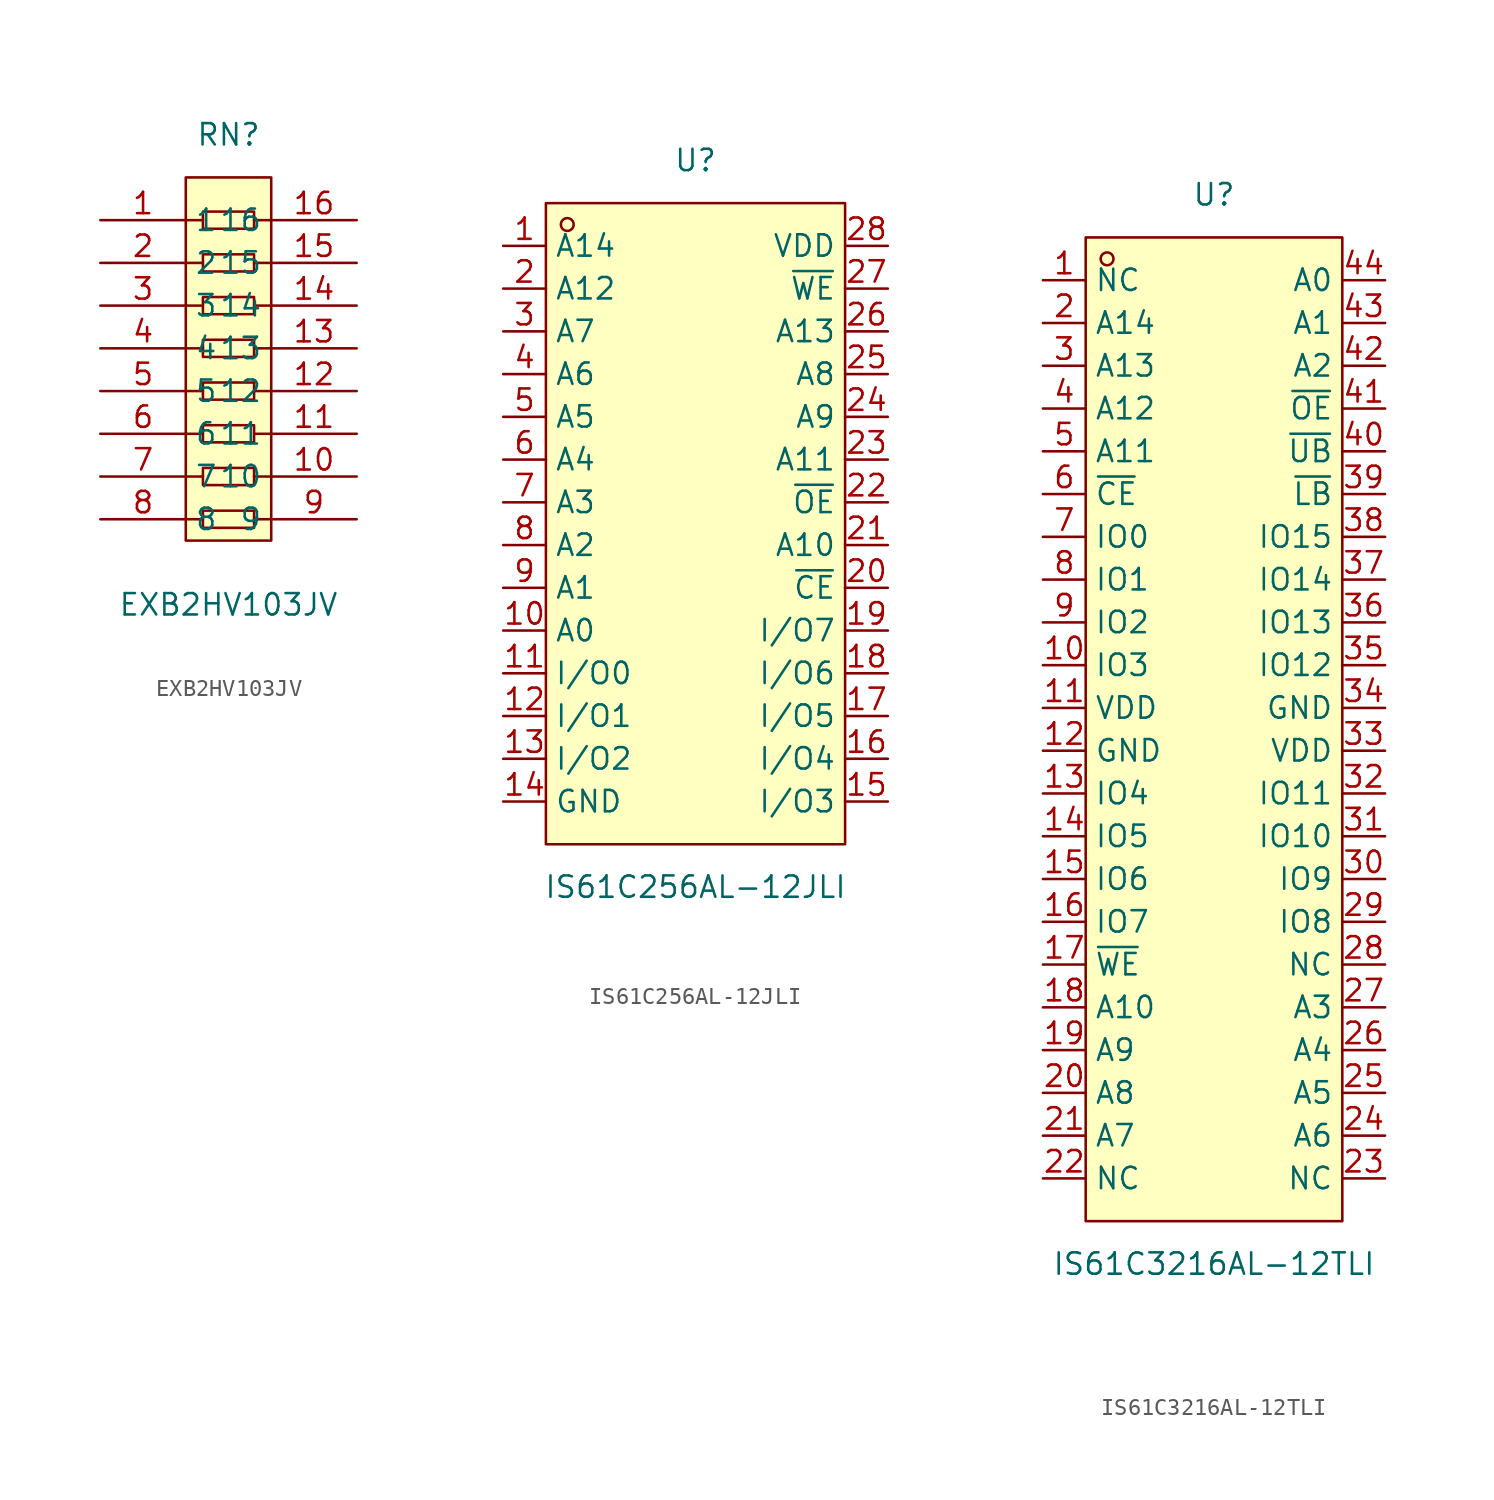
<source format=kicad_sym>
(kicad_symbol_lib
  (version 20231120)
  (generator "kicad_symbol_editor")
  (generator_version "8.0")
  (symbol "EXB2HV103JV"
    (property "Reference" "RN"
      (at 0 13.97 0)
      (effects (font (size 1.27 1.27))))
    (property "Value" "EXB2HV103JV"
      (at 0 -13.97 0)
      (effects (font (size 1.27 1.27))))
    (symbol "EXB2HV103JV_0_1"
      (rectangle (start -2.54 11.43) (end 2.54 -10.16) (stroke (width 0) (type default)) (fill (type background)))
      (rectangle (start -1.52 -8.38) (end 1.52 -9.4) (stroke (width 0) (type default)) (fill (type background)))
      (rectangle (start -1.52 -5.84) (end 1.52 -6.86) (stroke (width 0) (type default)) (fill (type background)))
      (rectangle (start -1.52 -3.3) (end 1.52 -4.32) (stroke (width 0) (type default)) (fill (type background)))
      (rectangle (start -1.52 -0.76) (end 1.52 -1.78) (stroke (width 0) (type default)) (fill (type background)))
      (rectangle (start -1.52 1.78) (end 1.52 0.76) (stroke (width 0) (type default)) (fill (type background)))
      (rectangle (start -1.52 4.32) (end 1.52 3.3) (stroke (width 0) (type default)) (fill (type background)))
      (rectangle (start -1.52 6.86) (end 1.52 5.84) (stroke (width 0) (type default)) (fill (type background)))
      (rectangle (start -1.52 9.4) (end 1.52 8.38) (stroke (width 0) (type default)) (fill (type background)))
      (polyline (pts (xy -2.54 -8.89) (xy -1.52 -8.89)) (stroke (width 0) (type default)) (fill (type none)))
      (polyline (pts (xy -2.54 -6.35) (xy -1.52 -6.35)) (stroke (width 0) (type default)) (fill (type none)))
      (polyline (pts (xy -2.54 -3.81) (xy -1.52 -3.81)) (stroke (width 0) (type default)) (fill (type none)))
      (polyline (pts (xy -2.54 -1.27) (xy -1.52 -1.27)) (stroke (width 0) (type default)) (fill (type none)))
      (polyline (pts (xy -2.54 1.27) (xy -1.52 1.27)) (stroke (width 0) (type default)) (fill (type none)))
      (polyline (pts (xy -2.54 3.81) (xy -1.52 3.81)) (stroke (width 0) (type default)) (fill (type none)))
      (polyline (pts (xy -2.54 6.35) (xy -1.52 6.35)) (stroke (width 0) (type default)) (fill (type none)))
      (polyline (pts (xy -1.52 8.89) (xy -2.54 8.89)) (stroke (width 0) (type default)) (fill (type none)))
      (polyline (pts (xy 1.52 -8.89) (xy 2.54 -8.89)) (stroke (width 0) (type default)) (fill (type none)))
      (polyline (pts (xy 1.52 -6.35) (xy 2.54 -6.35)) (stroke (width 0) (type default)) (fill (type none)))
      (polyline (pts (xy 1.52 -3.81) (xy 2.54 -3.81)) (stroke (width 0) (type default)) (fill (type none)))
      (polyline (pts (xy 1.52 -1.27) (xy 2.54 -1.27)) (stroke (width 0) (type default)) (fill (type none)))
      (polyline (pts (xy 1.52 1.27) (xy 2.54 1.27)) (stroke (width 0) (type default)) (fill (type none)))
      (polyline (pts (xy 1.52 3.81) (xy 2.54 3.81)) (stroke (width 0) (type default)) (fill (type none)))
      (polyline (pts (xy 1.52 6.35) (xy 2.54 6.35)) (stroke (width 0) (type default)) (fill (type none)))
      (polyline (pts (xy 1.52 8.89) (xy 2.54 8.89)) (stroke (width 0) (type default)) (fill (type none)))
      (pin unspecified line (at 7.62 -6.35 180) (length 5.08) (name "10" (effects (font (size 1.27 1.27)))) (number "10" (effects (font (size 1.27 1.27)))))
      (pin unspecified line (at 7.62 -3.81 180) (length 5.08) (name "11" (effects (font (size 1.27 1.27)))) (number "11" (effects (font (size 1.27 1.27)))))
      (pin unspecified line (at 7.62 -1.27 180) (length 5.08) (name "12" (effects (font (size 1.27 1.27)))) (number "12" (effects (font (size 1.27 1.27)))))
      (pin unspecified line (at 7.62 1.27 180) (length 5.08) (name "13" (effects (font (size 1.27 1.27)))) (number "13" (effects (font (size 1.27 1.27)))))
      (pin unspecified line (at 7.62 3.81 180) (length 5.08) (name "14" (effects (font (size 1.27 1.27)))) (number "14" (effects (font (size 1.27 1.27)))))
      (pin unspecified line (at 7.62 6.35 180) (length 5.08) (name "15" (effects (font (size 1.27 1.27)))) (number "15" (effects (font (size 1.27 1.27)))))
      (pin unspecified line (at 7.62 8.89 180) (length 5.08) (name "16" (effects (font (size 1.27 1.27)))) (number "16" (effects (font (size 1.27 1.27)))))
      (pin unspecified line (at -7.62 6.35 0) (length 5.08) (name "2" (effects (font (size 1.27 1.27)))) (number "2" (effects (font (size 1.27 1.27)))))
      (pin unspecified line (at -7.62 3.81 0) (length 5.08) (name "3" (effects (font (size 1.27 1.27)))) (number "3" (effects (font (size 1.27 1.27)))))
      (pin unspecified line (at -7.62 1.27 0) (length 5.08) (name "4" (effects (font (size 1.27 1.27)))) (number "4" (effects (font (size 1.27 1.27)))))
      (pin unspecified line (at -7.62 -1.27 0) (length 5.08) (name "5" (effects (font (size 1.27 1.27)))) (number "5" (effects (font (size 1.27 1.27)))))
      (pin unspecified line (at -7.62 -3.81 0) (length 5.08) (name "6" (effects (font (size 1.27 1.27)))) (number "6" (effects (font (size 1.27 1.27)))))
      (pin unspecified line (at -7.62 -6.35 0) (length 5.08) (name "7" (effects (font (size 1.27 1.27)))) (number "7" (effects (font (size 1.27 1.27)))))
      (pin unspecified line (at -7.62 -8.89 0) (length 5.08) (name "8" (effects (font (size 1.27 1.27)))) (number "8" (effects (font (size 1.27 1.27)))))
      (pin unspecified line (at 7.62 -8.89 180) (length 5.08) (name "9" (effects (font (size 1.27 1.27)))) (number "9" (effects (font (size 1.27 1.27))))))
    (symbol "EXB2HV103JV_1_1"
      (pin passive line (at -7.62 8.89 0) (length 5.08) (name "1" (effects (font (size 1.27 1.27)))) (number "1" (effects (font (size 1.27 1.27)))))))
  (symbol "IS61C256AL-12JLI"
    (property "Reference" "U"
      (at 0 21.59 0)
      (effects (font (size 1.27 1.27))))
    (property "Value" "IS61C256AL-12JLI"
      (at 0 -21.59 0)
      (effects (font (size 1.27 1.27))))
    (symbol "IS61C256AL-12JLI_0_1"
      (rectangle (start -8.89 19.05) (end 8.89 -19.05) (stroke (width 0) (type default)) (fill (type background)))
      (circle (center -7.62 17.78) (radius 0.38) (stroke (width 0) (type default)) (fill (type none)))
      (pin unspecified line (at -11.43 16.51 0) (length 2.54) (name "A14" (effects (font (size 1.27 1.27)))) (number "1" (effects (font (size 1.27 1.27)))))
      (pin unspecified line (at -11.43 -6.35 0) (length 2.54) (name "A0" (effects (font (size 1.27 1.27)))) (number "10" (effects (font (size 1.27 1.27)))))
      (pin unspecified line (at -11.43 -8.89 0) (length 2.54) (name "I/O0" (effects (font (size 1.27 1.27)))) (number "11" (effects (font (size 1.27 1.27)))))
      (pin unspecified line (at -11.43 -11.43 0) (length 2.54) (name "I/O1" (effects (font (size 1.27 1.27)))) (number "12" (effects (font (size 1.27 1.27)))))
      (pin unspecified line (at -11.43 -13.97 0) (length 2.54) (name "I/O2" (effects (font (size 1.27 1.27)))) (number "13" (effects (font (size 1.27 1.27)))))
      (pin unspecified line (at -11.43 -16.51 0) (length 2.54) (name "GND" (effects (font (size 1.27 1.27)))) (number "14" (effects (font (size 1.27 1.27)))))
      (pin unspecified line (at 11.43 -16.51 180) (length 2.54) (name "I/O3" (effects (font (size 1.27 1.27)))) (number "15" (effects (font (size 1.27 1.27)))))
      (pin unspecified line (at 11.43 -13.97 180) (length 2.54) (name "I/O4" (effects (font (size 1.27 1.27)))) (number "16" (effects (font (size 1.27 1.27)))))
      (pin unspecified line (at 11.43 -11.43 180) (length 2.54) (name "I/O5" (effects (font (size 1.27 1.27)))) (number "17" (effects (font (size 1.27 1.27)))))
      (pin unspecified line (at 11.43 -8.89 180) (length 2.54) (name "I/O6" (effects (font (size 1.27 1.27)))) (number "18" (effects (font (size 1.27 1.27)))))
      (pin unspecified line (at 11.43 -6.35 180) (length 2.54) (name "I/O7" (effects (font (size 1.27 1.27)))) (number "19" (effects (font (size 1.27 1.27)))))
      (pin unspecified line (at -11.43 13.97 0) (length 2.54) (name "A12" (effects (font (size 1.27 1.27)))) (number "2" (effects (font (size 1.27 1.27)))))
      (pin unspecified line (at 11.43 -3.81 180) (length 2.54) (name "~{CE}" (effects (font (size 1.27 1.27)))) (number "20" (effects (font (size 1.27 1.27)))))
      (pin unspecified line (at 11.43 -1.27 180) (length 2.54) (name "A10" (effects (font (size 1.27 1.27)))) (number "21" (effects (font (size 1.27 1.27)))))
      (pin unspecified line (at 11.43 1.27 180) (length 2.54) (name "~{OE}" (effects (font (size 1.27 1.27)))) (number "22" (effects (font (size 1.27 1.27)))))
      (pin unspecified line (at 11.43 3.81 180) (length 2.54) (name "A11" (effects (font (size 1.27 1.27)))) (number "23" (effects (font (size 1.27 1.27)))))
      (pin unspecified line (at 11.43 6.35 180) (length 2.54) (name "A9" (effects (font (size 1.27 1.27)))) (number "24" (effects (font (size 1.27 1.27)))))
      (pin unspecified line (at 11.43 8.89 180) (length 2.54) (name "A8" (effects (font (size 1.27 1.27)))) (number "25" (effects (font (size 1.27 1.27)))))
      (pin unspecified line (at 11.43 11.43 180) (length 2.54) (name "A13" (effects (font (size 1.27 1.27)))) (number "26" (effects (font (size 1.27 1.27)))))
      (pin unspecified line (at 11.43 13.97 180) (length 2.54) (name "~{WE}" (effects (font (size 1.27 1.27)))) (number "27" (effects (font (size 1.27 1.27)))))
      (pin unspecified line (at 11.43 16.51 180) (length 2.54) (name "VDD" (effects (font (size 1.27 1.27)))) (number "28" (effects (font (size 1.27 1.27)))))
      (pin unspecified line (at -11.43 11.43 0) (length 2.54) (name "A7" (effects (font (size 1.27 1.27)))) (number "3" (effects (font (size 1.27 1.27)))))
      (pin unspecified line (at -11.43 8.89 0) (length 2.54) (name "A6" (effects (font (size 1.27 1.27)))) (number "4" (effects (font (size 1.27 1.27)))))
      (pin unspecified line (at -11.43 6.35 0) (length 2.54) (name "A5" (effects (font (size 1.27 1.27)))) (number "5" (effects (font (size 1.27 1.27)))))
      (pin unspecified line (at -11.43 3.81 0) (length 2.54) (name "A4" (effects (font (size 1.27 1.27)))) (number "6" (effects (font (size 1.27 1.27)))))
      (pin unspecified line (at -11.43 1.27 0) (length 2.54) (name "A3" (effects (font (size 1.27 1.27)))) (number "7" (effects (font (size 1.27 1.27)))))
      (pin unspecified line (at -11.43 -1.27 0) (length 2.54) (name "A2" (effects (font (size 1.27 1.27)))) (number "8" (effects (font (size 1.27 1.27)))))
      (pin unspecified line (at -11.43 -3.81 0) (length 2.54) (name "A1" (effects (font (size 1.27 1.27)))) (number "9" (effects (font (size 1.27 1.27)))))))
  (symbol "IS61C3216AL-12TLI"
    (property "Reference" "U"
      (at 0 31.75 0)
      (effects (font (size 1.27 1.27))))
    (property "Value" "IS61C3216AL-12TLI"
      (at 0 -31.75 0)
      (effects (font (size 1.27 1.27))))
    (symbol "IS61C3216AL-12TLI_0_1"
      (rectangle (start -7.62 29.21) (end 7.62 -29.21) (stroke (width 0) (type default)) (fill (type background)))
      (circle (center -6.35 27.94) (radius 0.38) (stroke (width 0) (type default)) (fill (type none)))
      (pin unspecified line (at -10.16 26.67 0) (length 2.54) (name "NC" (effects (font (size 1.27 1.27)))) (number "1" (effects (font (size 1.27 1.27)))))
      (pin unspecified line (at -10.16 3.81 0) (length 2.54) (name "IO3" (effects (font (size 1.27 1.27)))) (number "10" (effects (font (size 1.27 1.27)))))
      (pin unspecified line (at -10.16 1.27 0) (length 2.54) (name "VDD" (effects (font (size 1.27 1.27)))) (number "11" (effects (font (size 1.27 1.27)))))
      (pin unspecified line (at -10.16 -1.27 0) (length 2.54) (name "GND" (effects (font (size 1.27 1.27)))) (number "12" (effects (font (size 1.27 1.27)))))
      (pin unspecified line (at -10.16 -3.81 0) (length 2.54) (name "IO4" (effects (font (size 1.27 1.27)))) (number "13" (effects (font (size 1.27 1.27)))))
      (pin unspecified line (at -10.16 -6.35 0) (length 2.54) (name "IO5" (effects (font (size 1.27 1.27)))) (number "14" (effects (font (size 1.27 1.27)))))
      (pin unspecified line (at -10.16 -8.89 0) (length 2.54) (name "IO6" (effects (font (size 1.27 1.27)))) (number "15" (effects (font (size 1.27 1.27)))))
      (pin unspecified line (at -10.16 -11.43 0) (length 2.54) (name "IO7" (effects (font (size 1.27 1.27)))) (number "16" (effects (font (size 1.27 1.27)))))
      (pin unspecified line (at -10.16 -13.97 0) (length 2.54) (name "~{WE}" (effects (font (size 1.27 1.27)))) (number "17" (effects (font (size 1.27 1.27)))))
      (pin unspecified line (at -10.16 -16.51 0) (length 2.54) (name "A10" (effects (font (size 1.27 1.27)))) (number "18" (effects (font (size 1.27 1.27)))))
      (pin unspecified line (at -10.16 -19.05 0) (length 2.54) (name "A9" (effects (font (size 1.27 1.27)))) (number "19" (effects (font (size 1.27 1.27)))))
      (pin unspecified line (at -10.16 24.13 0) (length 2.54) (name "A14" (effects (font (size 1.27 1.27)))) (number "2" (effects (font (size 1.27 1.27)))))
      (pin unspecified line (at -10.16 -21.59 0) (length 2.54) (name "A8" (effects (font (size 1.27 1.27)))) (number "20" (effects (font (size 1.27 1.27)))))
      (pin unspecified line (at -10.16 -24.13 0) (length 2.54) (name "A7" (effects (font (size 1.27 1.27)))) (number "21" (effects (font (size 1.27 1.27)))))
      (pin unspecified line (at -10.16 -26.67 0) (length 2.54) (name "NC" (effects (font (size 1.27 1.27)))) (number "22" (effects (font (size 1.27 1.27)))))
      (pin unspecified line (at 10.16 -26.67 180) (length 2.54) (name "NC" (effects (font (size 1.27 1.27)))) (number "23" (effects (font (size 1.27 1.27)))))
      (pin unspecified line (at 10.16 -24.13 180) (length 2.54) (name "A6" (effects (font (size 1.27 1.27)))) (number "24" (effects (font (size 1.27 1.27)))))
      (pin unspecified line (at 10.16 -21.59 180) (length 2.54) (name "A5" (effects (font (size 1.27 1.27)))) (number "25" (effects (font (size 1.27 1.27)))))
      (pin unspecified line (at 10.16 -19.05 180) (length 2.54) (name "A4" (effects (font (size 1.27 1.27)))) (number "26" (effects (font (size 1.27 1.27)))))
      (pin unspecified line (at 10.16 -16.51 180) (length 2.54) (name "A3" (effects (font (size 1.27 1.27)))) (number "27" (effects (font (size 1.27 1.27)))))
      (pin unspecified line (at 10.16 -13.97 180) (length 2.54) (name "NC" (effects (font (size 1.27 1.27)))) (number "28" (effects (font (size 1.27 1.27)))))
      (pin unspecified line (at 10.16 -11.43 180) (length 2.54) (name "IO8" (effects (font (size 1.27 1.27)))) (number "29" (effects (font (size 1.27 1.27)))))
      (pin unspecified line (at -10.16 21.59 0) (length 2.54) (name "A13" (effects (font (size 1.27 1.27)))) (number "3" (effects (font (size 1.27 1.27)))))
      (pin unspecified line (at 10.16 -8.89 180) (length 2.54) (name "IO9" (effects (font (size 1.27 1.27)))) (number "30" (effects (font (size 1.27 1.27)))))
      (pin unspecified line (at 10.16 -6.35 180) (length 2.54) (name "IO10" (effects (font (size 1.27 1.27)))) (number "31" (effects (font (size 1.27 1.27)))))
      (pin unspecified line (at 10.16 -3.81 180) (length 2.54) (name "IO11" (effects (font (size 1.27 1.27)))) (number "32" (effects (font (size 1.27 1.27)))))
      (pin unspecified line (at 10.16 -1.27 180) (length 2.54) (name "VDD" (effects (font (size 1.27 1.27)))) (number "33" (effects (font (size 1.27 1.27)))))
      (pin unspecified line (at 10.16 1.27 180) (length 2.54) (name "GND" (effects (font (size 1.27 1.27)))) (number "34" (effects (font (size 1.27 1.27)))))
      (pin unspecified line (at 10.16 3.81 180) (length 2.54) (name "IO12" (effects (font (size 1.27 1.27)))) (number "35" (effects (font (size 1.27 1.27)))))
      (pin unspecified line (at 10.16 6.35 180) (length 2.54) (name "IO13" (effects (font (size 1.27 1.27)))) (number "36" (effects (font (size 1.27 1.27)))))
      (pin unspecified line (at 10.16 8.89 180) (length 2.54) (name "IO14" (effects (font (size 1.27 1.27)))) (number "37" (effects (font (size 1.27 1.27)))))
      (pin unspecified line (at 10.16 11.43 180) (length 2.54) (name "IO15" (effects (font (size 1.27 1.27)))) (number "38" (effects (font (size 1.27 1.27)))))
      (pin unspecified line (at 10.16 13.97 180) (length 2.54) (name "~{LB}" (effects (font (size 1.27 1.27)))) (number "39" (effects (font (size 1.27 1.27)))))
      (pin unspecified line (at -10.16 19.05 0) (length 2.54) (name "A12" (effects (font (size 1.27 1.27)))) (number "4" (effects (font (size 1.27 1.27)))))
      (pin unspecified line (at 10.16 16.51 180) (length 2.54) (name "~{UB}" (effects (font (size 1.27 1.27)))) (number "40" (effects (font (size 1.27 1.27)))))
      (pin unspecified line (at 10.16 19.05 180) (length 2.54) (name "~{OE}" (effects (font (size 1.27 1.27)))) (number "41" (effects (font (size 1.27 1.27)))))
      (pin unspecified line (at 10.16 21.59 180) (length 2.54) (name "A2" (effects (font (size 1.27 1.27)))) (number "42" (effects (font (size 1.27 1.27)))))
      (pin unspecified line (at 10.16 24.13 180) (length 2.54) (name "A1" (effects (font (size 1.27 1.27)))) (number "43" (effects (font (size 1.27 1.27)))))
      (pin unspecified line (at 10.16 26.67 180) (length 2.54) (name "A0" (effects (font (size 1.27 1.27)))) (number "44" (effects (font (size 1.27 1.27)))))
      (pin unspecified line (at -10.16 16.51 0) (length 2.54) (name "A11" (effects (font (size 1.27 1.27)))) (number "5" (effects (font (size 1.27 1.27)))))
      (pin unspecified line (at -10.16 13.97 0) (length 2.54) (name "~{CE}" (effects (font (size 1.27 1.27)))) (number "6" (effects (font (size 1.27 1.27)))))
      (pin unspecified line (at -10.16 11.43 0) (length 2.54) (name "IO0" (effects (font (size 1.27 1.27)))) (number "7" (effects (font (size 1.27 1.27)))))
      (pin unspecified line (at -10.16 8.89 0) (length 2.54) (name "IO1" (effects (font (size 1.27 1.27)))) (number "8" (effects (font (size 1.27 1.27)))))
      (pin unspecified line (at -10.16 6.35 0) (length 2.54) (name "IO2" (effects (font (size 1.27 1.27)))) (number "9" (effects (font (size 1.27 1.27))))))))
</source>
